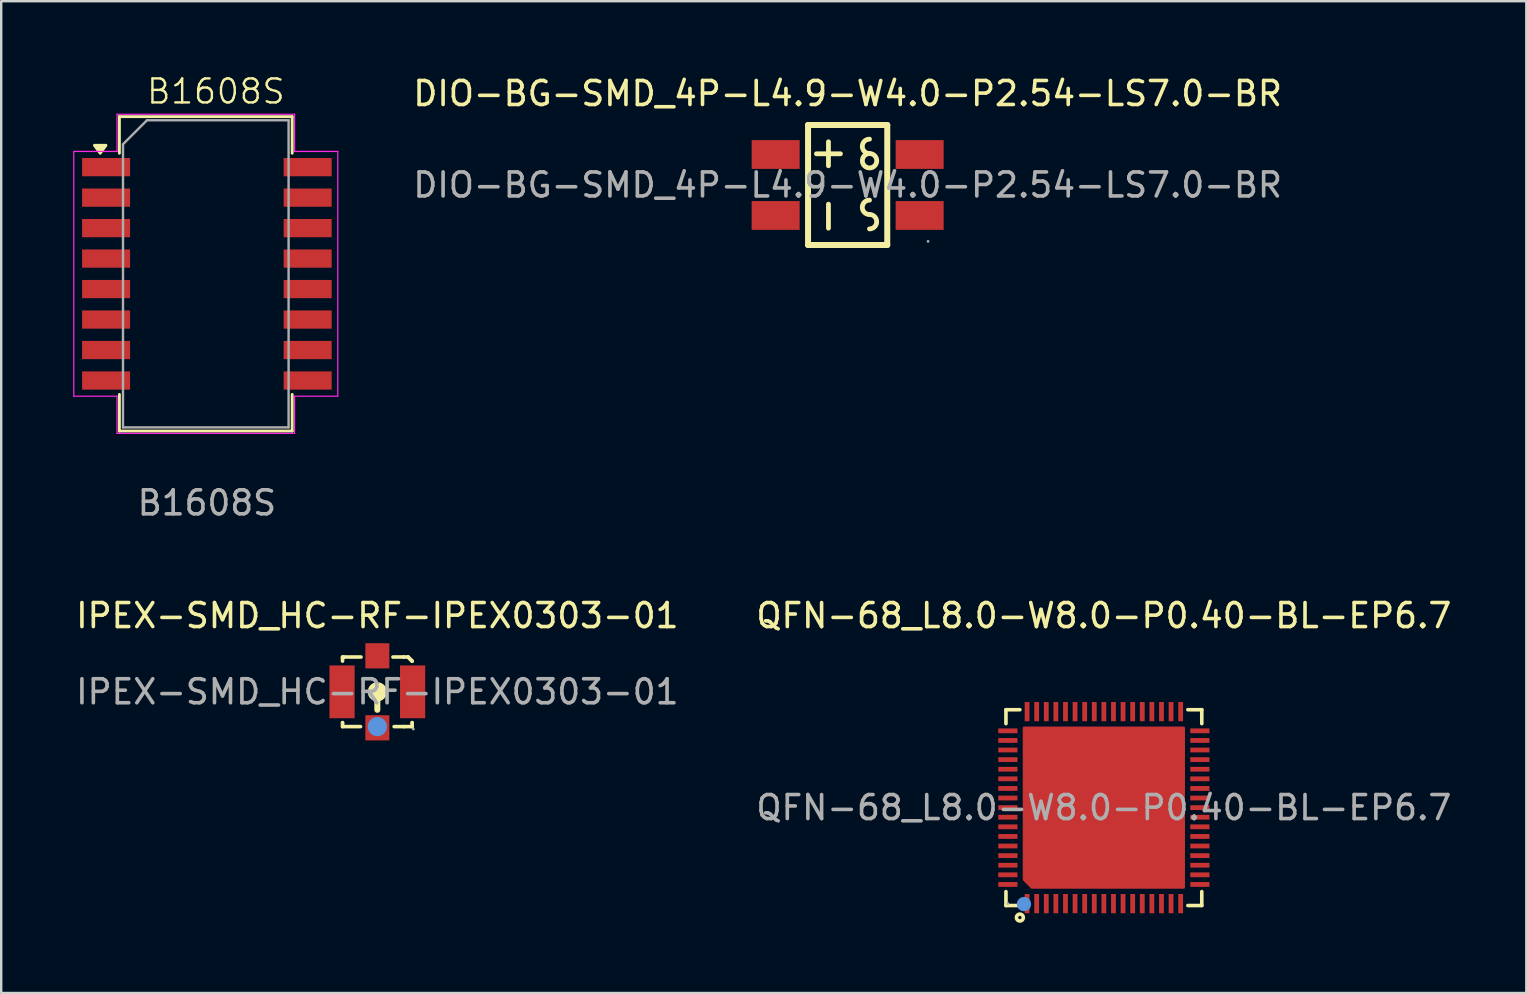
<source format=kicad_pcb>
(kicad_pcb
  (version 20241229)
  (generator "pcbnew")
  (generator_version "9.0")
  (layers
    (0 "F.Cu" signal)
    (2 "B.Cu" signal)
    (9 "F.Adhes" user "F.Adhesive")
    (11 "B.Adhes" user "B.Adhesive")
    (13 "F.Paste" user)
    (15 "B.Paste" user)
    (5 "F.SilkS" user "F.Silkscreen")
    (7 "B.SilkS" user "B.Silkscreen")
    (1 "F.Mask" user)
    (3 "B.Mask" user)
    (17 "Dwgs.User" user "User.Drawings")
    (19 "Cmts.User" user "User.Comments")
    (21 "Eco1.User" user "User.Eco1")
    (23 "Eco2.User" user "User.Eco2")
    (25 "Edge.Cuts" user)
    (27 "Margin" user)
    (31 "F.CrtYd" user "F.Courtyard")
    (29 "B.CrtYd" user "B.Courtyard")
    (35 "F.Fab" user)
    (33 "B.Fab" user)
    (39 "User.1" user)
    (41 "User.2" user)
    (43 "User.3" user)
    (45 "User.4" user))
  (footprint "QFN-68_L8.0-W8.0-P0.40-BL-EP6.7"
    (layer "F.Cu")
    (at 42.946 30.602)
    (property "Reference" "QFN-68_L8.0-W8.0-P0.40-BL-EP6.7" (at 0 -8 0) (layer "F.SilkS") (effects (font (size 1 1) (thickness 0.15))))
    (attr smd)
    (fp_line (start -4.08 -4.08) (end -3.5 -4.08) (stroke (width 0.15) (type solid)) (layer "F.SilkS"))
    (fp_line (start -4.08 -3.5) (end -4.08 -4.08) (stroke (width 0.15) (type solid)) (layer "F.SilkS"))
    (fp_line (start -4.08 3.5) (end -4.08 4.08) (stroke (width 0.15) (type solid)) (layer "F.SilkS"))
    (fp_line (start -4.08 4.08) (end -3.5 4.08) (stroke (width 0.15) (type solid)) (layer "F.SilkS"))
    (fp_line (start 4.08 -4.08) (end 3.5 -4.08) (stroke (width 0.15) (type solid)) (layer "F.SilkS"))
    (fp_line (start 4.08 -3.5) (end 4.08 -4.08) (stroke (width 0.15) (type solid)) (layer "F.SilkS"))
    (fp_line (start 4.08 3.5) (end 4.08 4.08) (stroke (width 0.15) (type solid)) (layer "F.SilkS"))
    (fp_line (start 4.08 4.08) (end 3.5 4.08) (stroke (width 0.15) (type solid)) (layer "F.SilkS"))
    (fp_circle (center -3.5 4.58) (end -3.43 4.58) (stroke (width 0.15) (type solid)) (fill no) (layer "F.SilkS"))
    (fp_circle (center -3.33 4.02) (end -3.18 4.02) (stroke (width 0.3) (type solid)) (fill no) (layer "Cmts.User"))
    (fp_circle (center -4 4) (end -3.97 4) (stroke (width 0.06) (type solid)) (fill no) (layer "F.Fab"))
    (fp_text user "${REFERENCE}" (at 0 0 0) (layer "F.Fab") (effects (font (size 1 1) (thickness 0.15))))
    (pad "0" smd custom (at 0 0) (size 0.01 0.01) (layers "F.Cu" "F.Mask" "F.Paste") (options (anchor circle)) (primitives (gr_poly (pts (xy -3.33 -3.33) (xy 3.33 -3.33) (xy 3.33 3.33) (xy -3 3.33) (xy -3.33 3)) (width 0.1) (fill yes))))
    (pad "1" smd rect (at -3.2 4) (size 0.2 0.8) (layers "F.Cu" "F.Mask" "F.Paste"))
    (pad "2" smd rect (at -2.8 4) (size 0.2 0.8) (layers "F.Cu" "F.Mask" "F.Paste"))
    (pad "3" smd rect (at -2.4 4) (size 0.2 0.8) (layers "F.Cu" "F.Mask" "F.Paste"))
    (pad "4" smd rect (at -2 4) (size 0.2 0.8) (layers "F.Cu" "F.Mask" "F.Paste"))
    (pad "5" smd rect (at -1.6 4) (size 0.2 0.8) (layers "F.Cu" "F.Mask" "F.Paste"))
    (pad "6" smd rect (at -1.2 4) (size 0.2 0.8) (layers "F.Cu" "F.Mask" "F.Paste"))
    (pad "7" smd rect (at -0.8 4) (size 0.2 0.8) (layers "F.Cu" "F.Mask" "F.Paste"))
    (pad "8" smd rect (at -0.4 4) (size 0.2 0.8) (layers "F.Cu" "F.Mask" "F.Paste"))
    (pad "9" smd rect (at 0 4) (size 0.2 0.8) (layers "F.Cu" "F.Mask" "F.Paste"))
    (pad "10" smd rect (at 0.4 4) (size 0.2 0.8) (layers "F.Cu" "F.Mask" "F.Paste"))
    (pad "11" smd rect (at 0.8 4) (size 0.2 0.8) (layers "F.Cu" "F.Mask" "F.Paste"))
    (pad "12" smd rect (at 1.2 4) (size 0.2 0.8) (layers "F.Cu" "F.Mask" "F.Paste"))
    (pad "13" smd rect (at 1.6 4) (size 0.2 0.8) (layers "F.Cu" "F.Mask" "F.Paste"))
    (pad "14" smd rect (at 2 4) (size 0.2 0.8) (layers "F.Cu" "F.Mask" "F.Paste"))
    (pad "15" smd rect (at 2.4 4) (size 0.2 0.8) (layers "F.Cu" "F.Mask" "F.Paste"))
    (pad "16" smd rect (at 2.8 4) (size 0.2 0.8) (layers "F.Cu" "F.Mask" "F.Paste"))
    (pad "17" smd rect (at 3.2 4) (size 0.2 0.8) (layers "F.Cu" "F.Mask" "F.Paste"))
    (pad "18" smd rect (at 4 3.2) (size 0.8 0.2) (layers "F.Cu" "F.Mask" "F.Paste"))
    (pad "19" smd rect (at 4 2.8) (size 0.8 0.2) (layers "F.Cu" "F.Mask" "F.Paste"))
    (pad "20" smd rect (at 4 2.4) (size 0.8 0.2) (layers "F.Cu" "F.Mask" "F.Paste"))
    (pad "21" smd rect (at 4 2) (size 0.8 0.2) (layers "F.Cu" "F.Mask" "F.Paste"))
    (pad "22" smd rect (at 4 1.6) (size 0.8 0.2) (layers "F.Cu" "F.Mask" "F.Paste"))
    (pad "23" smd rect (at 4 1.2) (size 0.8 0.2) (layers "F.Cu" "F.Mask" "F.Paste"))
    (pad "24" smd rect (at 4 0.8) (size 0.8 0.2) (layers "F.Cu" "F.Mask" "F.Paste"))
    (pad "25" smd rect (at 4 0.4) (size 0.8 0.2) (layers "F.Cu" "F.Mask" "F.Paste"))
    (pad "26" smd rect (at 4 0) (size 0.8 0.2) (layers "F.Cu" "F.Mask" "F.Paste"))
    (pad "27" smd rect (at 4 -0.4) (size 0.8 0.2) (layers "F.Cu" "F.Mask" "F.Paste"))
    (pad "28" smd rect (at 4 -0.8) (size 0.8 0.2) (layers "F.Cu" "F.Mask" "F.Paste"))
    (pad "29" smd rect (at 4 -1.2) (size 0.8 0.2) (layers "F.Cu" "F.Mask" "F.Paste"))
    (pad "30" smd rect (at 4 -1.6) (size 0.8 0.2) (layers "F.Cu" "F.Mask" "F.Paste"))
    (pad "31" smd rect (at 4 -2) (size 0.8 0.2) (layers "F.Cu" "F.Mask" "F.Paste"))
    (pad "32" smd rect (at 4 -2.4) (size 0.8 0.2) (layers "F.Cu" "F.Mask" "F.Paste"))
    (pad "33" smd rect (at 4 -2.8) (size 0.8 0.2) (layers "F.Cu" "F.Mask" "F.Paste"))
    (pad "34" smd rect (at 4 -3.2) (size 0.8 0.2) (layers "F.Cu" "F.Mask" "F.Paste"))
    (pad "35" smd rect (at 3.2 -4) (size 0.2 0.8) (layers "F.Cu" "F.Mask" "F.Paste"))
    (pad "36" smd rect (at 2.8 -4) (size 0.2 0.8) (layers "F.Cu" "F.Mask" "F.Paste"))
    (pad "37" smd rect (at 2.4 -4) (size 0.2 0.8) (layers "F.Cu" "F.Mask" "F.Paste"))
    (pad "38" smd rect (at 2 -4) (size 0.2 0.8) (layers "F.Cu" "F.Mask" "F.Paste"))
    (pad "39" smd rect (at 1.6 -4) (size 0.2 0.8) (layers "F.Cu" "F.Mask" "F.Paste"))
    (pad "40" smd rect (at 1.2 -4) (size 0.2 0.8) (layers "F.Cu" "F.Mask" "F.Paste"))
    (pad "41" smd rect (at 0.8 -4) (size 0.2 0.8) (layers "F.Cu" "F.Mask" "F.Paste"))
    (pad "42" smd rect (at 0.4 -4) (size 0.2 0.8) (layers "F.Cu" "F.Mask" "F.Paste"))
    (pad "43" smd rect (at 0 -4) (size 0.2 0.8) (layers "F.Cu" "F.Mask" "F.Paste"))
    (pad "44" smd rect (at -0.4 -4) (size 0.2 0.8) (layers "F.Cu" "F.Mask" "F.Paste"))
    (pad "45" smd rect (at -0.8 -4) (size 0.2 0.8) (layers "F.Cu" "F.Mask" "F.Paste"))
    (pad "46" smd rect (at -1.2 -4) (size 0.2 0.8) (layers "F.Cu" "F.Mask" "F.Paste"))
    (pad "47" smd rect (at -1.6 -4) (size 0.2 0.8) (layers "F.Cu" "F.Mask" "F.Paste"))
    (pad "48" smd rect (at -2 -4) (size 0.2 0.8) (layers "F.Cu" "F.Mask" "F.Paste"))
    (pad "49" smd rect (at -2.4 -4) (size 0.2 0.8) (layers "F.Cu" "F.Mask" "F.Paste"))
    (pad "50" smd rect (at -2.8 -4) (size 0.2 0.8) (layers "F.Cu" "F.Mask" "F.Paste"))
    (pad "51" smd rect (at -3.2 -4) (size 0.2 0.8) (layers "F.Cu" "F.Mask" "F.Paste"))
    (pad "52" smd rect (at -4 -3.2) (size 0.8 0.2) (layers "F.Cu" "F.Mask" "F.Paste"))
    (pad "53" smd rect (at -4 -2.8) (size 0.8 0.2) (layers "F.Cu" "F.Mask" "F.Paste"))
    (pad "54" smd rect (at -4 -2.4) (size 0.8 0.2) (layers "F.Cu" "F.Mask" "F.Paste"))
    (pad "55" smd rect (at -4 -2) (size 0.8 0.2) (layers "F.Cu" "F.Mask" "F.Paste"))
    (pad "56" smd rect (at -4 -1.6) (size 0.8 0.2) (layers "F.Cu" "F.Mask" "F.Paste"))
    (pad "57" smd rect (at -4 -1.2) (size 0.8 0.2) (layers "F.Cu" "F.Mask" "F.Paste"))
    (pad "58" smd rect (at -4 -0.8) (size 0.8 0.2) (layers "F.Cu" "F.Mask" "F.Paste"))
    (pad "59" smd rect (at -4 -0.4) (size 0.8 0.2) (layers "F.Cu" "F.Mask" "F.Paste"))
    (pad "60" smd rect (at -4 0) (size 0.8 0.2) (layers "F.Cu" "F.Mask" "F.Paste"))
    (pad "61" smd rect (at -4 0.4) (size 0.8 0.2) (layers "F.Cu" "F.Mask" "F.Paste"))
    (pad "62" smd rect (at -4 0.8) (size 0.8 0.2) (layers "F.Cu" "F.Mask" "F.Paste"))
    (pad "63" smd rect (at -4 1.2) (size 0.8 0.2) (layers "F.Cu" "F.Mask" "F.Paste"))
    (pad "64" smd rect (at -4 1.6) (size 0.8 0.2) (layers "F.Cu" "F.Mask" "F.Paste"))
    (pad "65" smd rect (at -4 2) (size 0.8 0.2) (layers "F.Cu" "F.Mask" "F.Paste"))
    (pad "66" smd rect (at -4 2.4) (size 0.8 0.2) (layers "F.Cu" "F.Mask" "F.Paste"))
    (pad "67" smd rect (at -4 2.8) (size 0.8 0.2) (layers "F.Cu" "F.Mask" "F.Paste"))
    (pad "68" smd rect (at -4 3.2) (size 0.8 0.2) (layers "F.Cu" "F.Mask" "F.Paste")))
  (footprint "B1608S"
    (layer "F.Cu")
    (at 5.57 8.38)
    (property "Reference" "B1608S" (at 0.375 -7.62 0) (unlocked yes) (layer "F.SilkS") (effects (font (size 1 1) (thickness 0.1))))
    (attr smd)
    (fp_line (start -3.645 -6.57) (end 3.555 -6.57) (stroke (width 0.12) (type solid)) (layer "F.SilkS"))
    (fp_line (start -3.645 -5.045) (end -3.645 -6.57) (stroke (width 0.12) (type solid)) (layer "F.SilkS"))
    (fp_line (start -3.645 5.005) (end -3.645 6.53) (stroke (width 0.12) (type solid)) (layer "F.SilkS"))
    (fp_line (start -3.645 6.53) (end 3.555 6.53) (stroke (width 0.12) (type solid)) (layer "F.SilkS"))
    (fp_line (start 3.555 -6.57) (end 3.555 -5.045) (stroke (width 0.12) (type solid)) (layer "F.SilkS"))
    (fp_line (start 3.555 6.53) (end 3.555 5.005) (stroke (width 0.12) (type solid)) (layer "F.SilkS"))
    (fp_poly (pts (xy -4.445 -5.045) (xy -4.685 -5.375) (xy -4.205 -5.375) (xy -4.445 -5.045)) (stroke (width 0.12) (type solid)) (fill yes) (layer "F.SilkS"))
    (fp_line (start -5.545 -5.12) (end -5.545 5.08) (stroke (width 0.05) (type solid)) (layer "F.CrtYd"))
    (fp_line (start -5.545 5.08) (end -3.745 5.08) (stroke (width 0.05) (type solid)) (layer "F.CrtYd"))
    (fp_line (start -3.745 -6.67) (end 3.655 -6.67) (stroke (width 0.05) (type solid)) (layer "F.CrtYd"))
    (fp_line (start -3.745 -5.12) (end -5.545 -5.12) (stroke (width 0.05) (type solid)) (layer "F.CrtYd"))
    (fp_line (start -3.745 -5.12) (end -3.745 -6.67) (stroke (width 0.05) (type solid)) (layer "F.CrtYd"))
    (fp_line (start -3.745 5.08) (end -3.745 6.63) (stroke (width 0.05) (type solid)) (layer "F.CrtYd"))
    (fp_line (start -3.745 6.63) (end 3.655 6.63) (stroke (width 0.05) (type solid)) (layer "F.CrtYd"))
    (fp_line (start 3.655 -5.12) (end 3.655 -6.67) (stroke (width 0.05) (type solid)) (layer "F.CrtYd"))
    (fp_line (start 3.655 5.08) (end 5.455 5.08) (stroke (width 0.05) (type solid)) (layer "F.CrtYd"))
    (fp_line (start 3.655 6.63) (end 3.655 5.08) (stroke (width 0.05) (type solid)) (layer "F.CrtYd"))
    (fp_line (start 5.455 -5.12) (end 3.655 -5.12) (stroke (width 0.05) (type solid)) (layer "F.CrtYd"))
    (fp_line (start 5.455 5.08) (end 5.455 -5.12) (stroke (width 0.05) (type solid)) (layer "F.CrtYd"))
    (fp_line (start -3.495 -5.42) (end -3.495 6.38) (stroke (width 0.1) (type solid)) (layer "F.Fab"))
    (fp_line (start -3.495 6.38) (end 3.405 6.38) (stroke (width 0.1) (type solid)) (layer "F.Fab"))
    (fp_line (start -2.495 -6.42) (end -3.495 -5.42) (stroke (width 0.1) (type solid)) (layer "F.Fab"))
    (fp_line (start 3.405 -6.42) (end -2.495 -6.42) (stroke (width 0.1) (type solid)) (layer "F.Fab"))
    (fp_line (start 3.405 6.38) (end 3.405 -6.42) (stroke (width 0.1) (type solid)) (layer "F.Fab"))
    (fp_text user "${REFERENCE}" (at 0 9.525 0) (layer "F.Fab") (effects (font (size 1 1) (thickness 0.15))))
    (pad "1" smd rect (at -4.2 -4.465) (size 2 0.76) (layers "F.Cu" "F.Mask" "F.Paste"))
    (pad "2" smd rect (at -4.2 -3.195) (size 2 0.76) (layers "F.Cu" "F.Mask" "F.Paste"))
    (pad "3" smd rect (at -4.2 -1.925) (size 2 0.76) (layers "F.Cu" "F.Mask" "F.Paste"))
    (pad "4" smd rect (at -4.2 -0.655) (size 2 0.76) (layers "F.Cu" "F.Mask" "F.Paste"))
    (pad "5" smd rect (at -4.2 0.615) (size 2 0.76) (layers "F.Cu" "F.Mask" "F.Paste"))
    (pad "6" smd rect (at -4.2 1.885) (size 2 0.76) (layers "F.Cu" "F.Mask" "F.Paste"))
    (pad "7" smd rect (at -4.2 3.155) (size 2 0.76) (layers "F.Cu" "F.Mask" "F.Paste"))
    (pad "8" smd rect (at -4.2 4.425) (size 2 0.76) (layers "F.Cu" "F.Mask" "F.Paste"))
    (pad "9" smd rect (at 4.2 4.425) (size 2 0.76) (layers "F.Cu" "F.Mask" "F.Paste"))
    (pad "10" smd rect (at 4.2 3.155) (size 2 0.76) (layers "F.Cu" "F.Mask" "F.Paste"))
    (pad "11" smd rect (at 4.2 1.885) (size 2 0.76) (layers "F.Cu" "F.Mask" "F.Paste"))
    (pad "12" smd rect (at 4.2 0.615) (size 2 0.76) (layers "F.Cu" "F.Mask" "F.Paste"))
    (pad "13" smd rect (at 4.2 -0.655) (size 2 0.76) (layers "F.Cu" "F.Mask" "F.Paste"))
    (pad "14" smd rect (at 4.2 -1.925) (size 2 0.76) (layers "F.Cu" "F.Mask" "F.Paste"))
    (pad "15" smd rect (at 4.2 -3.195) (size 2 0.76) (layers "F.Cu" "F.Mask" "F.Paste"))
    (pad "16" smd rect (at 4.2 -4.465) (size 2 0.76) (layers "F.Cu" "F.Mask" "F.Paste")))
  (footprint "IPEX-SMD_HC-RF-IPEX0303-01"
    (layer "F.Cu")
    (at 12.673 25.777)
    (property "Reference" "IPEX-SMD_HC-RF-IPEX0303-01" (at 0 -3.175 0) (layer "F.SilkS") (effects (font (size 1 1) (thickness 0.15))))
    (attr smd)
    (fp_line (start -1.45 -1.45) (end -1.4 -1.45) (stroke (width 0.15) (type solid)) (layer "F.SilkS"))
    (fp_line (start -1.45 -1.4) (end -1.45 -1.45) (stroke (width 0.15) (type solid)) (layer "F.SilkS"))
    (fp_line (start -1.45 -1.28) (end -1.45 -1.4) (stroke (width 0.15) (type solid)) (layer "F.SilkS"))
    (fp_line (start -1.45 1.3) (end -1.45 1.28) (stroke (width 0.15) (type solid)) (layer "F.SilkS"))
    (fp_line (start -1.45 1.3) (end -1.45 1.45) (stroke (width 0.15) (type solid)) (layer "F.SilkS"))
    (fp_line (start -1.45 1.45) (end -0.7 1.45) (stroke (width 0.15) (type solid)) (layer "F.SilkS"))
    (fp_line (start -0.68 -1.45) (end -1.4 -1.45) (stroke (width 0.15) (type solid)) (layer "F.SilkS"))
    (fp_line (start 0 0.3) (end 0 0.75) (stroke (width 0.25) (type solid)) (layer "F.SilkS"))
    (fp_line (start 0.65 -1.45) (end 1.1 -1.45) (stroke (width 0.15) (type solid)) (layer "F.SilkS"))
    (fp_line (start 0.7 1.45) (end 1.1 1.45) (stroke (width 0.15) (type solid)) (layer "F.SilkS"))
    (fp_line (start 1.1 -1.45) (end 1.28 -1.45) (stroke (width 0.15) (type solid)) (layer "F.SilkS"))
    (fp_line (start 1.1 1.45) (end 1.45 1.45) (stroke (width 0.15) (type solid)) (layer "F.SilkS"))
    (fp_line (start 1.28 -1.45) (end 1.45 -1.28) (stroke (width 0.15) (type solid)) (layer "F.SilkS"))
    (fp_line (start 1.45 -1.28) (end 1.28 -1.45) (stroke (width 0.15) (type solid)) (layer "F.SilkS"))
    (fp_line (start 1.45 -1.28) (end 1.45 -1.28) (stroke (width 0.15) (type solid)) (layer "F.SilkS"))
    (fp_line (start 1.45 1.3) (end 1.45 1.28) (stroke (width 0.15) (type solid)) (layer "F.SilkS"))
    (fp_line (start 1.45 1.45) (end 1.45 1.3) (stroke (width 0.15) (type solid)) (layer "F.SilkS"))
    (fp_circle (center 0 0) (end 0.2 0) (stroke (width 0.4) (type solid)) (fill no) (layer "F.SilkS"))
    (fp_circle (center 0 1.45) (end 0.2 1.45) (stroke (width 0.4) (type solid)) (fill no) (layer "Cmts.User"))
    (fp_circle (center 1.5 1.55) (end 1.53 1.55) (stroke (width 0.06) (type solid)) (fill no) (layer "F.Fab"))
    (fp_text user "${REFERENCE}" (at 0 0 0) (layer "F.Fab") (effects (font (size 1 1) (thickness 0.15))))
    (pad "1" smd rect (at 0 -1.5 180) (size 1 1.05) (layers "F.Cu" "F.Mask" "F.Paste"))
    (pad "1" smd rect (at 0 1.5) (size 1 1.05) (layers "F.Cu" "F.Mask" "F.Paste"))
    (pad "2" smd rect (at -1.47 0) (size 1.05 2.2) (layers "F.Cu" "F.Mask" "F.Paste"))
    (pad "2" smd rect (at 1.47 0) (size 1.05 2.2) (layers "F.Cu" "F.Mask" "F.Paste")))
  (footprint "DIO-BG-SMD_4P-L4.9-W4.0-P2.54-LS7.0-BR"
    (layer "F.Cu")
    (at 32.27 4.658)
    (property "Reference" "DIO-BG-SMD_4P-L4.9-W4.0-P2.54-LS7.0-BR" (at 0 -3.81 0) (layer "F.SilkS") (effects (font (size 1 1) (thickness 0.15))))
    (attr smd)
    (fp_line (start -1.65 -2.5) (end 1.65 -2.5) (stroke (width 0.25) (type solid)) (layer "F.SilkS"))
    (fp_line (start -1.65 2.5) (end -1.65 -2.5) (stroke (width 0.25) (type solid)) (layer "F.SilkS"))
    (fp_line (start -0.8 -0.8) (end -0.8 -1.8) (stroke (width 0.2) (type solid)) (layer "F.SilkS"))
    (fp_line (start -0.8 1.8) (end -0.8 0.8) (stroke (width 0.2) (type solid)) (layer "F.SilkS"))
    (fp_line (start -0.3 -1.3) (end -1.3 -1.3) (stroke (width 0.2) (type solid)) (layer "F.SilkS"))
    (fp_line (start 1.65 -2.5) (end 1.65 2.5) (stroke (width 0.25) (type solid)) (layer "F.SilkS"))
    (fp_line (start 1.65 2.5) (end -1.65 2.5) (stroke (width 0.25) (type solid)) (layer "F.SilkS"))
    (fp_arc (start 0.91 -1.31) (mid 0.61 -1.61) (end 0.91 -1.91) (stroke (width 0.2) (type solid)) (layer "F.SilkS"))
    (fp_arc (start 0.91 1.23) (mid 0.61 0.93) (end 0.91 0.63) (stroke (width 0.2) (type solid)) (layer "F.SilkS"))
    (fp_arc (start 0.91 1.23) (mid 1.21 1.53) (end 0.91 1.83) (stroke (width 0.2) (type solid)) (layer "F.SilkS"))
    (fp_arc (start 0.915236 -1.309954) (mid 0.907382 -0.710012) (end 0.91 -1.31) (stroke (width 0.2) (type solid)) (layer "F.SilkS"))
    (fp_circle (center 3.35 2.35) (end 3.38 2.35) (stroke (width 0.06) (type solid)) (fill no) (layer "F.Fab"))
    (fp_text user "${REFERENCE}" (at 0 0 0) (layer "F.Fab") (effects (font (size 1 1) (thickness 0.15))))
    (pad "1" smd rect (at -3 -1.27 90) (size 1.2 2) (layers "F.Cu" "F.Mask" "F.Paste"))
    (pad "2" smd rect (at 3 -1.27 90) (size 1.2 2) (layers "F.Cu" "F.Mask" "F.Paste"))
    (pad "3" smd rect (at -3 1.27 90) (size 1.2 2) (layers "F.Cu" "F.Mask" "F.Paste"))
    (pad "4" smd rect (at 3 1.27 90) (size 1.2 2) (layers "F.Cu" "F.Mask" "F.Paste")))
  (gr_rect
    (start -3 -3)
    (end 60.548 38.327)
    (stroke (width 0.1) (type default))
    (fill no)
    (layer "Edge.Cuts")))
</source>
